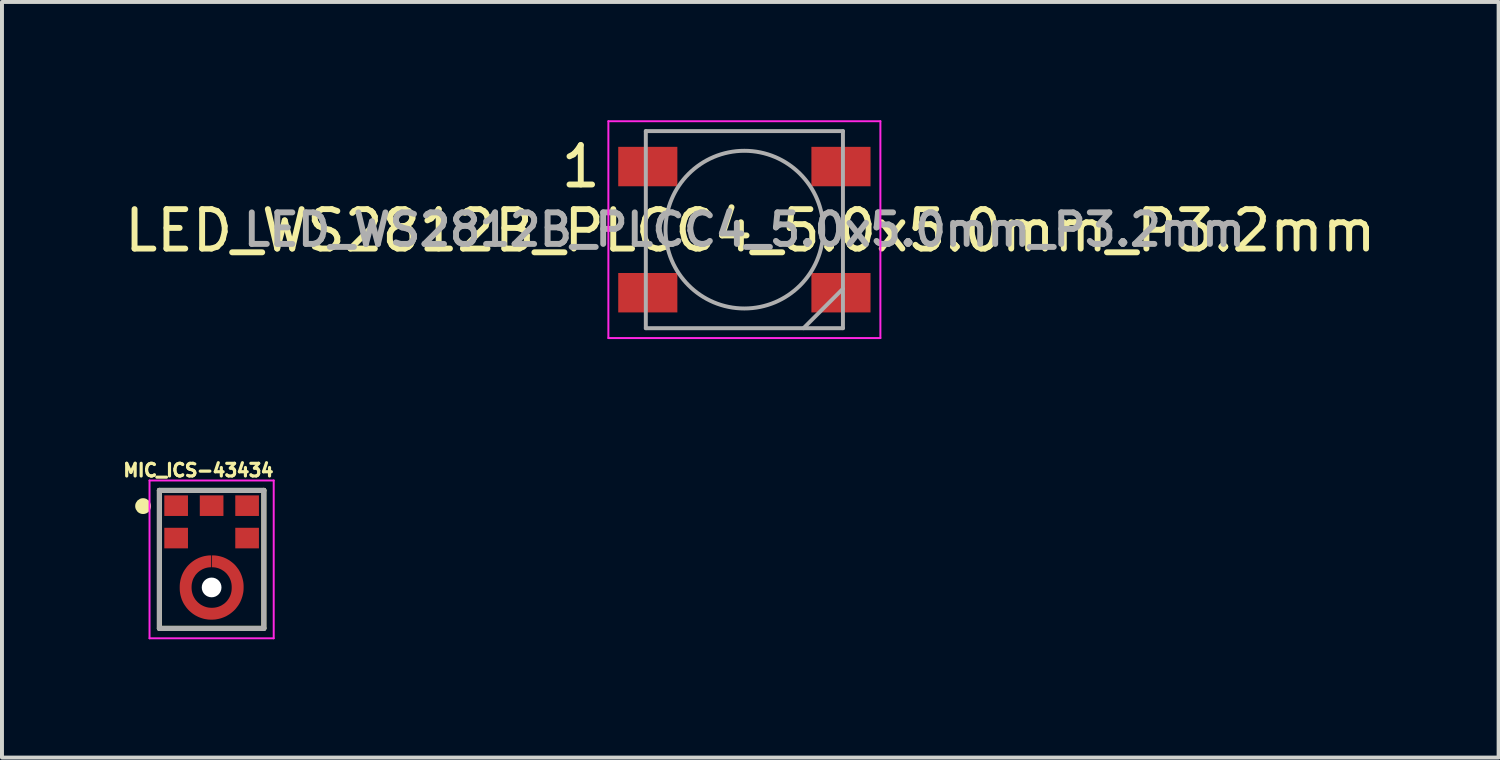
<source format=kicad_pcb>
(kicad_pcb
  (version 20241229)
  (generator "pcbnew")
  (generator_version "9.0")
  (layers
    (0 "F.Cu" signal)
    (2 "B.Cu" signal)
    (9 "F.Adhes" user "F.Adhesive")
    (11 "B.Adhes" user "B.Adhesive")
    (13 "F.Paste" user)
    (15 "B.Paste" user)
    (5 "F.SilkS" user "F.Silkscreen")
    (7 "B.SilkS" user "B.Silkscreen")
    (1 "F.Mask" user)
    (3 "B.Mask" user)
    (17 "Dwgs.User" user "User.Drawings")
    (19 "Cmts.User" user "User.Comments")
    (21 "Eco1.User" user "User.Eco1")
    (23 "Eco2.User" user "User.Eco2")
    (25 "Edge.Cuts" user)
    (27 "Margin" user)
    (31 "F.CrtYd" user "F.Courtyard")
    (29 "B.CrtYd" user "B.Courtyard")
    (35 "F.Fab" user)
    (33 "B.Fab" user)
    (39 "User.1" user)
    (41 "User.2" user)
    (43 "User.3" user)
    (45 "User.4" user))
  (footprint "MIC_ICS-43434"
    (layer "F.Cu")
    (at 2.318 11.138)
    (property "Reference" "MIC_ICS-43434" (at -0.335 -2.259 0) (layer "F.SilkS") (effects (font (size 0.321 0.321) (thickness 0.15))))
    (attr through_hole)
    (fp_circle (center 0 0.713) (end 0.665 0.713) (stroke (width 0.5) (type solid)) (fill no) (layer "F.Mask"))
    (fp_line (start -1.325 -1.75) (end -1.325 1.75) (stroke (width 0.127) (type solid)) (layer "F.SilkS"))
    (fp_line (start -1.325 1.75) (end 1.325 1.75) (stroke (width 0.127) (type solid)) (layer "F.SilkS"))
    (fp_line (start 1.325 -1.75) (end -1.325 -1.75) (stroke (width 0.127) (type solid)) (layer "F.SilkS"))
    (fp_line (start 1.325 1.75) (end 1.325 -1.75) (stroke (width 0.127) (type solid)) (layer "F.SilkS"))
    (fp_circle (center -1.738 -1.35) (end -1.637 -1.35) (stroke (width 0.2) (type solid)) (fill no) (layer "F.SilkS"))
    (fp_poly (pts (xy -0.65 -1.572) (xy -0.65 -1.15) (xy -1.15 -1.15) (xy -1.15 -1.572)) (stroke (width 0.001) (type solid)) (fill yes) (layer "F.Paste"))
    (fp_poly (pts (xy -0.65 -0.75) (xy -0.65 -0.328) (xy -1.15 -0.328) (xy -1.15 -0.75)) (stroke (width 0.001) (type solid)) (fill yes) (layer "F.Paste"))
    (fp_poly (pts (xy 0.25 -1.572) (xy 0.25 -1.15) (xy -0.25 -1.15) (xy -0.25 -1.572)) (stroke (width 0.001) (type solid)) (fill yes) (layer "F.Paste"))
    (fp_poly (pts (xy 1.15 -1.572) (xy 1.15 -1.15) (xy 0.65 -1.15) (xy 0.65 -1.572)) (stroke (width 0.001) (type solid)) (fill yes) (layer "F.Paste"))
    (fp_poly (pts (xy 1.15 -0.75) (xy 1.15 -0.328) (xy 0.65 -0.328) (xy 0.65 -0.75)) (stroke (width 0.001) (type solid)) (fill yes) (layer "F.Paste"))
    (fp_poly (pts (xy -0.51 0.663) (xy -0.508 0.642) (xy -0.504 0.618) (xy -0.499 0.595) (xy -0.493 0.572) (xy -0.486 0.55) (xy -0.478 0.527) (xy -0.469 0.505) (xy -0.459 0.484) (xy -0.448 0.463) (xy -0.436 0.443) (xy -0.423 0.423) (xy -0.41 0.403) (xy -0.395 0.385) (xy -0.379 0.367) (xy -0.363 0.35) (xy -0.346 0.334) (xy -0.328 0.318) (xy -0.31 0.303) (xy -0.29 0.29) (xy -0.27 0.277) (xy -0.25 0.265) (xy -0.229 0.254) (xy -0.208 0.244) (xy -0.186 0.235) (xy -0.163 0.227) (xy -0.141 0.22) (xy -0.118 0.214) (xy -0.095 0.209) (xy -0.071 0.205) (xy -0.05 0.203) (xy -0.05 -0.097) (xy -0.089 -0.094) (xy -0.127 -0.089) (xy -0.166 -0.082) (xy -0.204 -0.074) (xy -0.242 -0.063) (xy -0.28 -0.051) (xy -0.316 -0.036) (xy -0.352 -0.02) (xy -0.387 -0.003) (xy -0.421 0.017) (xy -0.454 0.038) (xy -0.487 0.06) (xy -0.518 0.085) (xy -0.547 0.11) (xy -0.576 0.137) (xy -0.603 0.166) (xy -0.628 0.195) (xy -0.653 0.226) (xy -0.675 0.259) (xy -0.696 0.292) (xy -0.716 0.326) (xy -0.733 0.361) (xy -0.749 0.397) (xy -0.764 0.433) (xy -0.776 0.471) (xy -0.787 0.509) (xy -0.795 0.547) (xy -0.802 0.586) (xy -0.807 0.624) (xy -0.81 0.663) (xy -0.51 0.663)) (stroke (width 0.001) (type solid)) (fill yes) (layer "F.Paste"))
    (fp_poly (pts (xy -0.05 1.223) (xy -0.071 1.221) (xy -0.095 1.217) (xy -0.118 1.212) (xy -0.141 1.206) (xy -0.163 1.199) (xy -0.186 1.191) (xy -0.208 1.182) (xy -0.229 1.172) (xy -0.25 1.161) (xy -0.27 1.149) (xy -0.29 1.136) (xy -0.31 1.123) (xy -0.328 1.108) (xy -0.346 1.092) (xy -0.363 1.076) (xy -0.379 1.059) (xy -0.395 1.041) (xy -0.41 1.023) (xy -0.423 1.003) (xy -0.436 0.983) (xy -0.448 0.963) (xy -0.459 0.942) (xy -0.469 0.921) (xy -0.478 0.899) (xy -0.486 0.876) (xy -0.493 0.854) (xy -0.499 0.831) (xy -0.504 0.808) (xy -0.508 0.784) (xy -0.51 0.763) (xy -0.81 0.763) (xy -0.807 0.802) (xy -0.802 0.84) (xy -0.795 0.879) (xy -0.787 0.917) (xy -0.776 0.955) (xy -0.764 0.993) (xy -0.749 1.029) (xy -0.733 1.065) (xy -0.716 1.1) (xy -0.696 1.134) (xy -0.675 1.167) (xy -0.653 1.2) (xy -0.628 1.231) (xy -0.603 1.26) (xy -0.576 1.289) (xy -0.547 1.316) (xy -0.518 1.341) (xy -0.487 1.366) (xy -0.454 1.388) (xy -0.421 1.409) (xy -0.387 1.429) (xy -0.352 1.446) (xy -0.316 1.462) (xy -0.28 1.477) (xy -0.242 1.489) (xy -0.204 1.5) (xy -0.166 1.508) (xy -0.127 1.515) (xy -0.089 1.52) (xy -0.05 1.523) (xy -0.05 1.223)) (stroke (width 0.001) (type solid)) (fill yes) (layer "F.Paste"))
    (fp_poly (pts (xy 0.05 0.203) (xy 0.071 0.205) (xy 0.095 0.209) (xy 0.118 0.214) (xy 0.141 0.22) (xy 0.163 0.227) (xy 0.186 0.235) (xy 0.208 0.244) (xy 0.229 0.254) (xy 0.25 0.265) (xy 0.27 0.277) (xy 0.29 0.29) (xy 0.31 0.303) (xy 0.328 0.318) (xy 0.346 0.334) (xy 0.363 0.35) (xy 0.379 0.367) (xy 0.395 0.385) (xy 0.41 0.403) (xy 0.423 0.423) (xy 0.436 0.443) (xy 0.448 0.463) (xy 0.459 0.484) (xy 0.469 0.505) (xy 0.478 0.527) (xy 0.486 0.55) (xy 0.493 0.572) (xy 0.499 0.595) (xy 0.504 0.618) (xy 0.508 0.642) (xy 0.51 0.663) (xy 0.81 0.663) (xy 0.807 0.624) (xy 0.802 0.586) (xy 0.795 0.547) (xy 0.787 0.509) (xy 0.776 0.471) (xy 0.764 0.433) (xy 0.749 0.397) (xy 0.733 0.361) (xy 0.716 0.326) (xy 0.696 0.292) (xy 0.675 0.259) (xy 0.653 0.226) (xy 0.628 0.195) (xy 0.603 0.166) (xy 0.576 0.137) (xy 0.547 0.11) (xy 0.518 0.085) (xy 0.487 0.06) (xy 0.454 0.038) (xy 0.421 0.017) (xy 0.387 -0.003) (xy 0.352 -0.02) (xy 0.316 -0.036) (xy 0.28 -0.051) (xy 0.242 -0.063) (xy 0.204 -0.074) (xy 0.166 -0.082) (xy 0.127 -0.089) (xy 0.089 -0.094) (xy 0.05 -0.097) (xy 0.05 0.203)) (stroke (width 0.001) (type solid)) (fill yes) (layer "F.Paste"))
    (fp_poly (pts (xy 0.51 0.763) (xy 0.508 0.784) (xy 0.504 0.808) (xy 0.499 0.831) (xy 0.493 0.854) (xy 0.486 0.876) (xy 0.478 0.899) (xy 0.469 0.921) (xy 0.459 0.942) (xy 0.448 0.963) (xy 0.436 0.983) (xy 0.423 1.003) (xy 0.41 1.023) (xy 0.395 1.041) (xy 0.379 1.059) (xy 0.363 1.076) (xy 0.346 1.092) (xy 0.328 1.108) (xy 0.31 1.123) (xy 0.29 1.136) (xy 0.27 1.149) (xy 0.25 1.161) (xy 0.229 1.172) (xy 0.208 1.182) (xy 0.186 1.191) (xy 0.163 1.199) (xy 0.141 1.206) (xy 0.118 1.212) (xy 0.095 1.217) (xy 0.071 1.221) (xy 0.05 1.223) (xy 0.05 1.523) (xy 0.089 1.52) (xy 0.127 1.515) (xy 0.166 1.508) (xy 0.204 1.5) (xy 0.242 1.489) (xy 0.28 1.477) (xy 0.316 1.462) (xy 0.352 1.446) (xy 0.387 1.429) (xy 0.421 1.409) (xy 0.454 1.388) (xy 0.487 1.366) (xy 0.518 1.341) (xy 0.547 1.316) (xy 0.576 1.289) (xy 0.603 1.26) (xy 0.628 1.231) (xy 0.653 1.2) (xy 0.675 1.167) (xy 0.696 1.134) (xy 0.716 1.1) (xy 0.733 1.065) (xy 0.749 1.029) (xy 0.764 0.993) (xy 0.776 0.955) (xy 0.787 0.917) (xy 0.795 0.879) (xy 0.802 0.84) (xy 0.807 0.802) (xy 0.81 0.763) (xy 0.51 0.763)) (stroke (width 0.001) (type solid)) (fill yes) (layer "F.Paste"))
    (fp_line (start -1.575 -2) (end 1.575 -2) (stroke (width 0.05) (type solid)) (layer "F.CrtYd"))
    (fp_line (start -1.575 2.003) (end -1.575 -2) (stroke (width 0.05) (type solid)) (layer "F.CrtYd"))
    (fp_line (start 1.575 -2) (end 1.575 2.003) (stroke (width 0.05) (type solid)) (layer "F.CrtYd"))
    (fp_line (start 1.575 2.003) (end -1.575 2.003) (stroke (width 0.05) (type solid)) (layer "F.CrtYd"))
    (fp_line (start -1.325 -1.747) (end 1.325 -1.747) (stroke (width 0.127) (type solid)) (layer "F.Fab"))
    (fp_line (start -1.325 1.753) (end -1.325 -1.747) (stroke (width 0.127) (type solid)) (layer "F.Fab"))
    (fp_line (start 1.325 -1.747) (end 1.325 1.753) (stroke (width 0.127) (type solid)) (layer "F.Fab"))
    (fp_line (start 1.325 1.753) (end -1.325 1.753) (stroke (width 0.127) (type solid)) (layer "F.Fab"))
    (pad "" np_thru_hole circle (at 0 0.713) (size 0.5 0.5) (drill 0.5) (layers "*.Cu" "*.Mask"))
    (pad "1" smd rect (at -0.9 -1.361) (size 0.6 0.522) (layers "F.Cu" "F.Mask"))
    (pad "2" smd rect (at -0.9 -0.539) (size 0.6 0.522) (layers "F.Cu" "F.Mask"))
    (pad "3" smd custom (at -0.015 1.383) (size 0.1 0.1) (layers "F.Cu") (options (anchor rect)) (primitives (gr_poly (pts (xy 0.005 -1.483) (xy 0.005 -1.183) (xy -0.021 -1.182) (xy -0.046 -1.18) (xy -0.072 -1.177) (xy -0.099 -1.172) (xy -0.123 -1.166) (xy -0.149 -1.159) (xy -0.173 -1.15) (xy -0.198 -1.14) (xy -0.222 -1.129) (xy -0.244 -1.116) (xy -0.267 -1.102) (xy -0.288 -1.088) (xy -0.309 -1.072) (xy -0.33 -1.055) (xy -0.348 -1.037) (xy -0.366 -1.018) (xy -0.384 -0.998) (xy -0.4 -0.977) (xy -0.413 -0.955) (xy -0.427 -0.933) (xy -0.441 -0.91) (xy -0.452 -0.886) (xy -0.462 -0.862) (xy -0.47 -0.838) (xy -0.477 -0.812) (xy -0.483 -0.787) (xy -0.488 -0.761) (xy -0.491 -0.735) (xy -0.493 -0.709) (xy -0.494 -0.683) (xy -0.494 -0.663) (xy -0.493 -0.636) (xy -0.491 -0.61) (xy -0.488 -0.583) (xy -0.483 -0.557) (xy -0.477 -0.531) (xy -0.469 -0.505) (xy -0.461 -0.48) (xy -0.451 -0.456) (xy -0.439 -0.431) (xy -0.426 -0.408) (xy -0.412 -0.385) (xy -0.398 -0.363) (xy -0.381 -0.342) (xy -0.363 -0.322) (xy -0.345 -0.302) (xy -0.326 -0.284) (xy -0.305 -0.267) (xy -0.284 -0.25) (xy -0.263 -0.235) (xy -0.239 -0.221) (xy -0.216 -0.209) (xy -0.192 -0.197) (xy -0.168 -0.187) (xy -0.142 -0.178) (xy -0.117 -0.17) (xy -0.09 -0.164) (xy -0.065 -0.159) (xy -0.037 -0.156) (xy -0.011 -0.154) (xy 0.015 -0.153) (xy 0.025 -0.153) (xy 0.051 -0.154) (xy 0.077 -0.156) (xy 0.103 -0.159) (xy 0.13 -0.164) (xy 0.154 -0.17) (xy 0.18 -0.177) (xy 0.204 -0.186) (xy 0.229 -0.196) (xy 0.253 -0.207) (xy 0.276 -0.22) (xy 0.297 -0.234) (xy 0.32 -0.248) (xy 0.341 -0.264) (xy 0.36 -0.281) (xy 0.38 -0.299) (xy 0.398 -0.318) (xy 0.414 -0.338) (xy 0.43 -0.359) (xy 0.445 -0.381) (xy 0.459 -0.403) (xy 0.471 -0.426) (xy 0.482 -0.45) (xy 0.492 -0.474) (xy 0.501 -0.498) (xy 0.508 -0.524) (xy 0.514 -0.549) (xy 0.519 -0.575) (xy 0.522 -0.601) (xy 0.524 -0.627) (xy 0.525 -0.653) (xy 0.525 -0.683) (xy 0.524 -0.709) (xy 0.522 -0.735) (xy 0.519 -0.761) (xy 0.514 -0.787) (xy 0.508 -0.812) (xy 0.501 -0.838) (xy 0.492 -0.862) (xy 0.482 -0.886) (xy 0.471 -0.91) (xy 0.459 -0.933) (xy 0.445 -0.955) (xy 0.43 -0.977) (xy 0.414 -0.998) (xy 0.398 -1.018) (xy 0.38 -1.037) (xy 0.36 -1.055) (xy 0.341 -1.072) (xy 0.32 -1.088) (xy 0.297 -1.102) (xy 0.276 -1.116) (xy 0.253 -1.129) (xy 0.229 -1.14) (xy 0.204 -1.15) (xy 0.18 -1.159) (xy 0.154 -1.166) (xy 0.13 -1.172) (xy 0.103 -1.177) (xy 0.077 -1.18) (xy 0.051 -1.182) (xy 0.025 -1.183) (xy 0.025 -1.483) (xy 0.035 -1.483) (xy 0.076 -1.482) (xy 0.118 -1.479) (xy 0.16 -1.473) (xy 0.2 -1.466) (xy 0.239 -1.456) (xy 0.28 -1.444) (xy 0.319 -1.431) (xy 0.356 -1.415) (xy 0.395 -1.397) (xy 0.43 -1.377) (xy 0.466 -1.356) (xy 0.499 -1.332) (xy 0.532 -1.307) (xy 0.565 -1.28) (xy 0.595 -1.252) (xy 0.623 -1.222) (xy 0.649 -1.19) (xy 0.674 -1.157) (xy 0.699 -1.123) (xy 0.72 -1.088) (xy 0.74 -1.052) (xy 0.757 -1.014) (xy 0.773 -0.976) (xy 0.786 -0.937) (xy 0.798 -0.897) (xy 0.808 -0.857) (xy 0.816 -0.817) (xy 0.822 -0.776) (xy 0.825 -0.734) (xy 0.826 -0.693) (xy 0.826 -0.663) (xy 0.825 -0.621) (xy 0.822 -0.578) (xy 0.816 -0.536) (xy 0.807 -0.495) (xy 0.797 -0.453) (xy 0.785 -0.413) (xy 0.771 -0.373) (xy 0.755 -0.334) (xy 0.738 -0.295) (xy 0.717 -0.258) (xy 0.695 -0.222) (xy 0.67 -0.187) (xy 0.644 -0.153) (xy 0.618 -0.121) (xy 0.589 -0.09) (xy 0.557 -0.061) (xy 0.525 -0.034) (xy 0.491 -0.008) (xy 0.457 0.016) (xy 0.42 0.038) (xy 0.384 0.059) (xy 0.344 0.077) (xy 0.305 0.093) (xy 0.266 0.107) (xy 0.226 0.119) (xy 0.183 0.129) (xy 0.142 0.137) (xy 0.101 0.143) (xy 0.058 0.146) (xy 0.015 0.147) (xy 0.005 0.147) (xy -0.036 0.146) (xy -0.079 0.143) (xy -0.119 0.137) (xy -0.161 0.13) (xy -0.202 0.12) (xy -0.241 0.108) (xy -0.281 0.094) (xy -0.32 0.078) (xy -0.357 0.06) (xy -0.395 0.04) (xy -0.43 0.018) (xy -0.465 -0.006) (xy -0.497 -0.031) (xy -0.529 -0.058) (xy -0.56 -0.087) (xy -0.59 -0.118) (xy -0.617 -0.15) (xy -0.641 -0.183) (xy -0.665 -0.217) (xy -0.688 -0.253) (xy -0.708 -0.29) (xy -0.726 -0.328) (xy -0.742 -0.366) (xy -0.755 -0.406) (xy -0.767 -0.446) (xy -0.777 -0.487) (xy -0.784 -0.528) (xy -0.79 -0.569) (xy -0.793 -0.611) (xy -0.794 -0.653) (xy -0.794 -0.683) (xy -0.793 -0.725) (xy -0.79 -0.767) (xy -0.784 -0.808) (xy -0.777 -0.849) (xy -0.767 -0.89) (xy -0.755 -0.93) (xy -0.742 -0.97) (xy -0.726 -1.008) (xy -0.708 -1.046) (xy -0.688 -1.083) (xy -0.665 -1.119) (xy -0.641 -1.153) (xy -0.617 -1.186) (xy -0.59 -1.218) (xy -0.56 -1.249) (xy -0.529 -1.278) (xy -0.497 -1.305) (xy -0.465 -1.33) (xy -0.43 -1.354) (xy -0.395 -1.376) (xy -0.357 -1.396) (xy -0.32 -1.414) (xy -0.281 -1.43) (xy -0.241 -1.444) (xy -0.202 -1.456) (xy -0.161 -1.466) (xy -0.119 -1.473) (xy -0.079 -1.479) (xy -0.036 -1.482) (xy 0.005 -1.483)) (width 0.001) (fill yes))))
    (pad "4" smd rect (at 0.9 -0.539) (size 0.6 0.522) (layers "F.Cu" "F.Mask"))
    (pad "5" smd rect (at 0.9 -1.361) (size 0.6 0.522) (layers "F.Cu" "F.Mask"))
    (pad "6" smd rect (at 0 -1.361) (size 0.6 0.522) (layers "F.Cu" "F.Mask")))
  (footprint "LED_WS2812B_PLCC4_5.0x5.0mm_P3.2mm"
    (layer "F.Cu")
    (at 15.832 2.775)
    (property "Reference" "LED_WS2812B_PLCC4_5.0x5.0mm_P3.2mm" (at 0.15 0.025 0) (layer "F.SilkS") (effects (font (size 1 1) (thickness 0.15))))
    (attr smd)
    (fp_line (start -3.45 -2.75) (end -3.45 2.75) (stroke (width 0.05) (type solid)) (layer "F.CrtYd"))
    (fp_line (start -3.45 2.75) (end 3.45 2.75) (stroke (width 0.05) (type solid)) (layer "F.CrtYd"))
    (fp_line (start 3.45 -2.75) (end -3.45 -2.75) (stroke (width 0.05) (type solid)) (layer "F.CrtYd"))
    (fp_line (start 3.45 2.75) (end 3.45 -2.75) (stroke (width 0.05) (type solid)) (layer "F.CrtYd"))
    (fp_line (start -2.5 -2.5) (end -2.5 2.5) (stroke (width 0.1) (type solid)) (layer "F.Fab"))
    (fp_line (start -2.5 2.5) (end 2.5 2.5) (stroke (width 0.1) (type solid)) (layer "F.Fab"))
    (fp_line (start 2.5 -2.5) (end -2.5 -2.5) (stroke (width 0.1) (type solid)) (layer "F.Fab"))
    (fp_line (start 2.5 1.5) (end 1.5 2.5) (stroke (width 0.1) (type solid)) (layer "F.Fab"))
    (fp_line (start 2.5 2.5) (end 2.5 -2.5) (stroke (width 0.1) (type solid)) (layer "F.Fab"))
    (fp_circle (center 0 0) (end 0 -2) (stroke (width 0.1) (type solid)) (fill no) (layer "F.Fab"))
    (fp_text user "1" (at -4.15 -1.6 0) (layer "F.SilkS") (effects (font (size 1 1) (thickness 0.15))))
    (fp_text user "${REFERENCE}" (at 0 0 0) (layer "F.Fab") (effects (font (size 0.8 0.8) (thickness 0.15))))
    (pad "1" smd rect (at -2.45 -1.6) (size 1.5 1) (layers "F.Cu" "F.Mask" "F.Paste"))
    (pad "2" smd rect (at -2.45 1.6) (size 1.5 1) (layers "F.Cu" "F.Mask" "F.Paste"))
    (pad "3" smd rect (at 2.45 1.6) (size 1.5 1) (layers "F.Cu" "F.Mask" "F.Paste"))
    (pad "4" smd rect (at 2.45 -1.6) (size 1.5 1) (layers "F.Cu" "F.Mask" "F.Paste")))
  (gr_rect
    (start -3 -3)
    (end 34.964 16.166)
    (stroke (width 0.1) (type default))
    (fill no)
    (layer "Edge.Cuts")))
</source>
